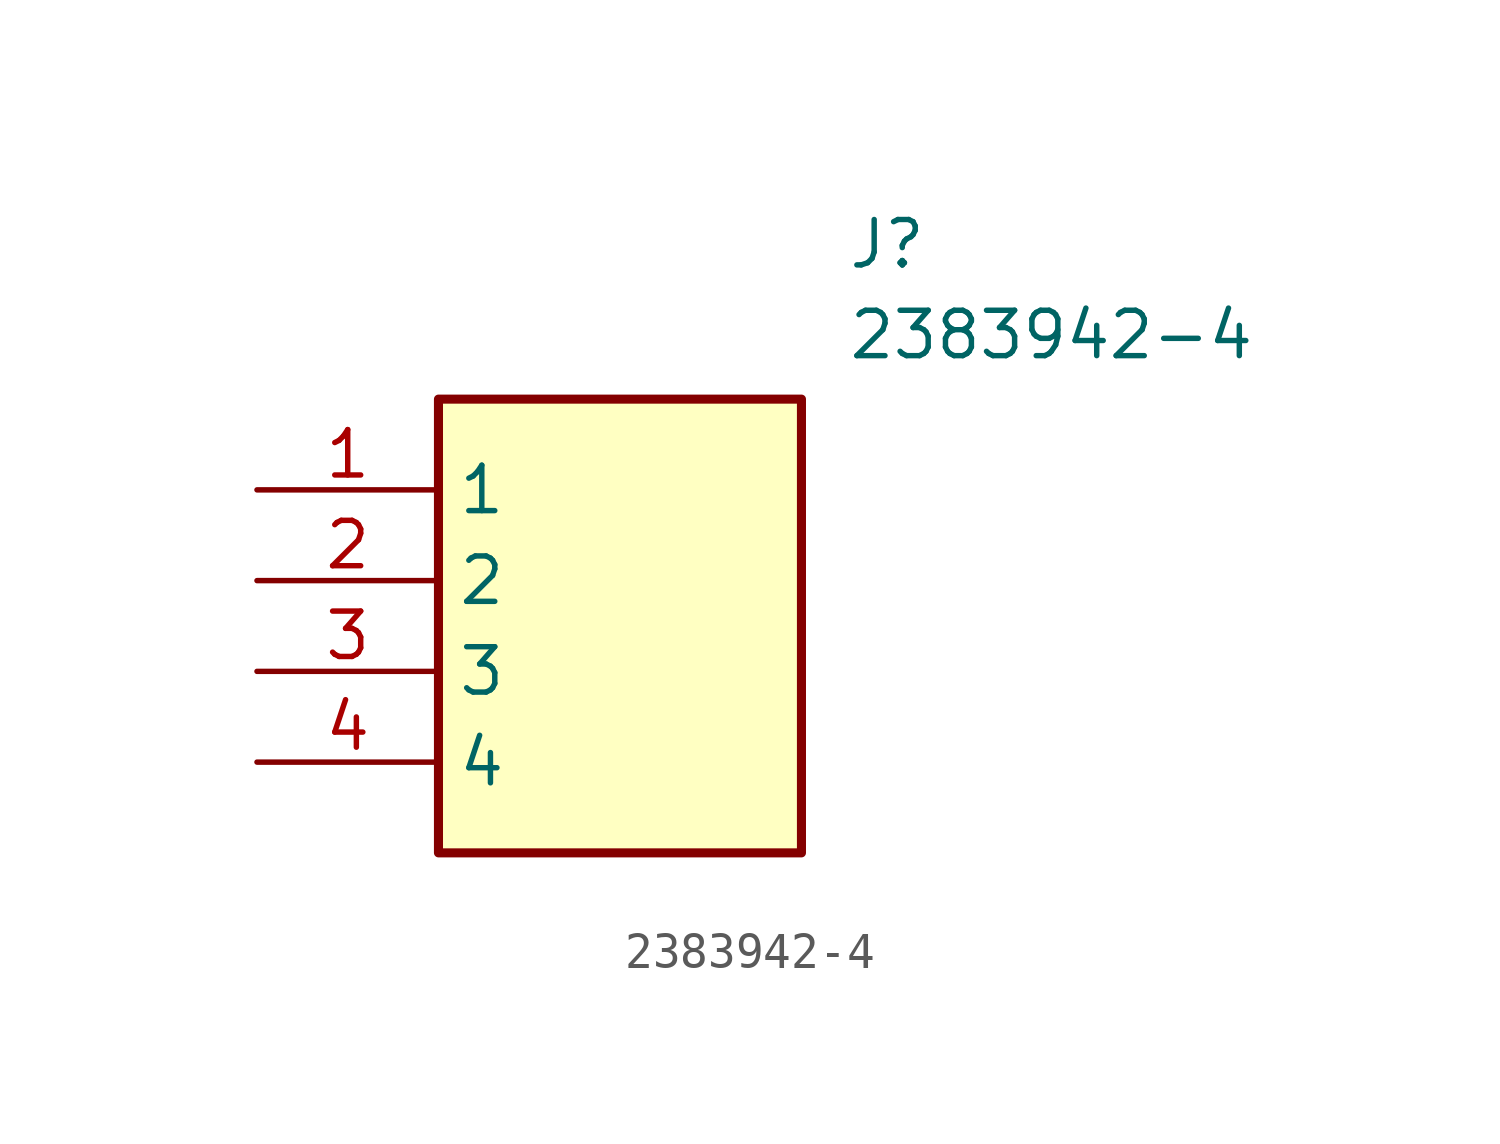
<source format=kicad_sym>
(kicad_symbol_lib
  (version 20211014)
  (generator SamacSys_ECAD_Model)
  (symbol "2383942-4"
    (property "Reference" "J"
      (at 16.51 7.62 0)
      (effects (font (size 1.27 1.27)) (justify left top)))
    (property "Value" "2383942-4"
      (at 16.51 5.08 0)
      (effects (font (size 1.27 1.27)) (justify left top)))
    (rectangle
      (start 5.08 2.54)
      (end 15.24 -10.16)
      (stroke (width 0.254) (type default))
      (fill (type background)))
    (pin passive line
      (at 0 0 0)
      (length 5.08)
      (name "1" (effects (font (size 1.27 1.27))))
      (number "1" (effects (font (size 1.27 1.27)))))
    (pin passive line
      (at 0 -2.54 0)
      (length 5.08)
      (name "2" (effects (font (size 1.27 1.27))))
      (number "2" (effects (font (size 1.27 1.27)))))
    (pin passive line
      (at 0 -5.08 0)
      (length 5.08)
      (name "3" (effects (font (size 1.27 1.27))))
      (number "3" (effects (font (size 1.27 1.27)))))
    (pin passive line
      (at 0 -7.62 0)
      (length 5.08)
      (name "4" (effects (font (size 1.27 1.27))))
      (number "4" (effects (font (size 1.27 1.27)))))))
</source>
